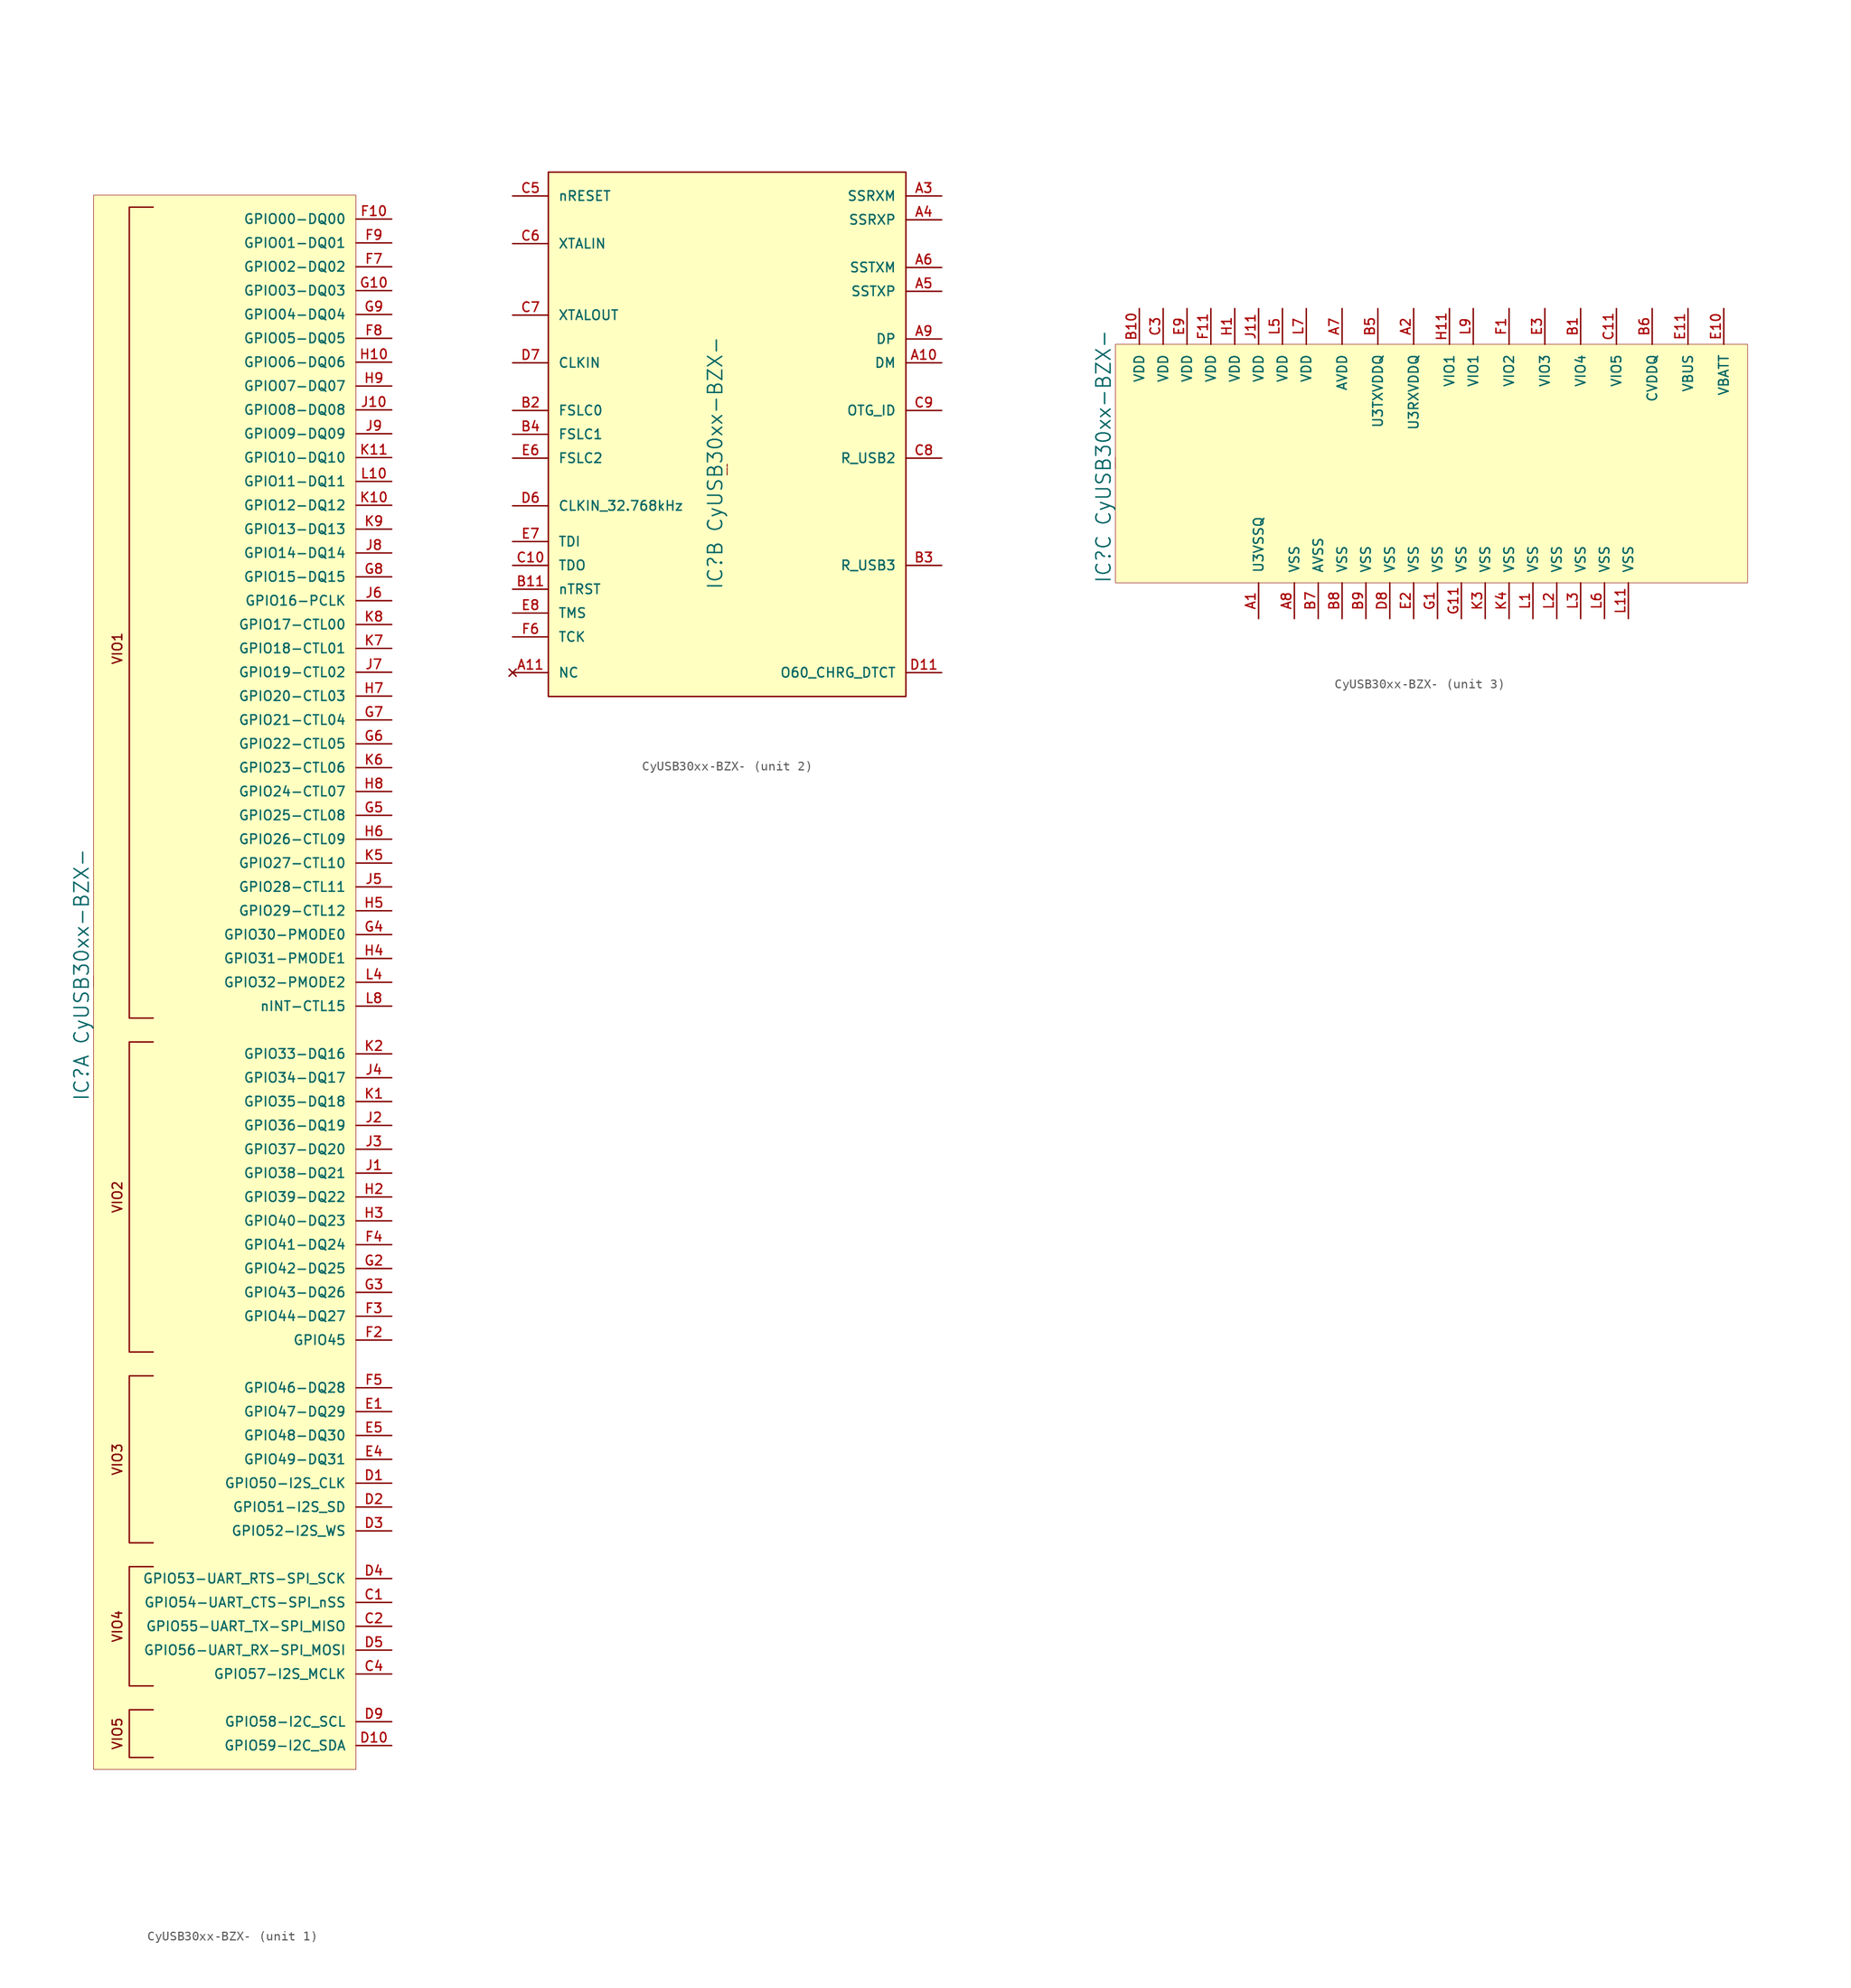
<source format=kicad_sym>
(kicad_symbol_lib
  (version 20220914)
  (generator kicad_symbol_editor)
  (symbol "CyUSB30xx-BZX-"
    (pin_names
      (offset 1.016))
    (property "Reference" "IC"
      (at -1.27 -10.16 90)
      (effects (font (size 1.524 1.524))))
    (property "Value" "CyUSB30xx-BZX-"
      (at -1.27 3.81 90)
      (effects (font (size 1.524 1.524))))
    (property "Footprint" ""
      (at 10.16 39.37 0)
      (effects (font (size 1.524 1.524))))
    (property "Datasheet" ""
      (at 10.16 39.37 0)
      (effects (font (size 1.524 1.524))))
    (symbol "CyUSB30xx-BZX-_0_0"
      (text "Schematic Symbol Drawn By Opendous Inc. www.opendous.org" (at 0 0.051 900) (effects (font (size 0.025 0.025)))))
    (symbol "CyUSB30xx-BZX-_1_0"
      (polyline (pts (xy 6.35 -77.47) (xy 3.81 -77.47) (xy 3.81 -82.55) (xy 6.35 -82.55)) (stroke (width 0.152) (type solid)) (fill (type none)))
      (polyline (pts (xy 6.35 -62.23) (xy 3.81 -62.23) (xy 3.81 -74.93) (xy 6.35 -74.93)) (stroke (width 0) (type solid)) (fill (type none)))
      (polyline (pts (xy 6.35 -59.69) (xy 3.81 -59.69) (xy 3.81 -41.91) (xy 6.35 -41.91)) (stroke (width 0) (type solid)) (fill (type none)))
      (polyline (pts (xy 6.35 -39.37) (xy 3.81 -39.37) (xy 3.81 -6.35) (xy 6.35 -6.35)) (stroke (width 0) (type solid)) (fill (type none)))
      (polyline (pts (xy 6.35 -3.81) (xy 3.81 -3.81) (xy 3.81 82.55) (xy 6.35 82.55)) (stroke (width 0) (type solid)) (fill (type none)))
      (text "VIO1" (at 2.54 35.56 900) (effects (font (size 1.016 1.016))))
      (text "VIO2" (at 2.54 -22.86 900) (effects (font (size 1.016 1.016))))
      (text "VIO3" (at 2.54 -50.8 900) (effects (font (size 1.016 1.016))))
      (text "VIO4" (at 2.54 -68.58 900) (effects (font (size 1.016 1.016))))
      (text "VIO5" (at 2.54 -80.01 900) (effects (font (size 1.016 1.016)))))
    (symbol "CyUSB30xx-BZX-_1_1"
      (rectangle (start 27.94 83.82) (end 0 -83.82) (stroke (width 0.051) (type solid)) (fill (type background)))
      (pin bidirectional line (at 31.75 -66.04 180) (length 3.81) (name "GPIO54-UART_CTS-SPI_nSS" (effects (font (size 1.016 1.016)))) (number "C1" (effects (font (size 1.016 1.016)))))
      (pin bidirectional line (at 31.75 -68.58 180) (length 3.81) (name "GPIO55-UART_TX-SPI_MISO" (effects (font (size 1.016 1.016)))) (number "C2" (effects (font (size 1.016 1.016)))))
      (pin bidirectional line (at 31.75 -73.66 180) (length 3.81) (name "GPIO57-I2S_MCLK" (effects (font (size 1.016 1.016)))) (number "C4" (effects (font (size 1.016 1.016)))))
      (pin bidirectional line (at 31.75 -53.34 180) (length 3.81) (name "GPIO50-I2S_CLK" (effects (font (size 1.016 1.016)))) (number "D1" (effects (font (size 1.016 1.016)))))
      (pin bidirectional line (at 31.75 -81.28 180) (length 3.81) (name "GPIO59-I2C_SDA" (effects (font (size 1.016 1.016)))) (number "D10" (effects (font (size 1.016 1.016)))))
      (pin bidirectional line (at 31.75 -55.88 180) (length 3.81) (name "GPIO51-I2S_SD" (effects (font (size 1.016 1.016)))) (number "D2" (effects (font (size 1.016 1.016)))))
      (pin bidirectional line (at 31.75 -58.42 180) (length 3.81) (name "GPIO52-I2S_WS" (effects (font (size 1.016 1.016)))) (number "D3" (effects (font (size 1.016 1.016)))))
      (pin bidirectional line (at 31.75 -63.5 180) (length 3.81) (name "GPIO53-UART_RTS-SPI_SCK" (effects (font (size 1.016 1.016)))) (number "D4" (effects (font (size 1.016 1.016)))))
      (pin bidirectional line (at 31.75 -71.12 180) (length 3.81) (name "GPIO56-UART_RX-SPI_MOSI" (effects (font (size 1.016 1.016)))) (number "D5" (effects (font (size 1.016 1.016)))))
      (pin bidirectional line (at 31.75 -78.74 180) (length 3.81) (name "GPIO58-I2C_SCL" (effects (font (size 1.016 1.016)))) (number "D9" (effects (font (size 1.016 1.016)))))
      (pin bidirectional line (at 31.75 -45.72 180) (length 3.81) (name "GPIO47-DQ29" (effects (font (size 1.016 1.016)))) (number "E1" (effects (font (size 1.016 1.016)))))
      (pin bidirectional line (at 31.75 -50.8 180) (length 3.81) (name "GPIO49-DQ31" (effects (font (size 1.016 1.016)))) (number "E4" (effects (font (size 1.016 1.016)))))
      (pin bidirectional line (at 31.75 -48.26 180) (length 3.81) (name "GPIO48-DQ30" (effects (font (size 1.016 1.016)))) (number "E5" (effects (font (size 1.016 1.016)))))
      (pin bidirectional line (at 31.75 81.28 180) (length 3.81) (name "GPIO00-DQ00" (effects (font (size 1.016 1.016)))) (number "F10" (effects (font (size 1.016 1.016)))))
      (pin bidirectional line (at 31.75 -38.1 180) (length 3.81) (name "GPIO45" (effects (font (size 1.016 1.016)))) (number "F2" (effects (font (size 1.016 1.016)))))
      (pin bidirectional line (at 31.75 -35.56 180) (length 3.81) (name "GPIO44-DQ27" (effects (font (size 1.016 1.016)))) (number "F3" (effects (font (size 1.016 1.016)))))
      (pin bidirectional line (at 31.75 -27.94 180) (length 3.81) (name "GPIO41-DQ24" (effects (font (size 1.016 1.016)))) (number "F4" (effects (font (size 1.016 1.016)))))
      (pin bidirectional line (at 31.75 -43.18 180) (length 3.81) (name "GPIO46-DQ28" (effects (font (size 1.016 1.016)))) (number "F5" (effects (font (size 1.016 1.016)))))
      (pin bidirectional line (at 31.75 76.2 180) (length 3.81) (name "GPIO02-DQ02" (effects (font (size 1.016 1.016)))) (number "F7" (effects (font (size 1.016 1.016)))))
      (pin bidirectional line (at 31.75 68.58 180) (length 3.81) (name "GPIO05-DQ05" (effects (font (size 1.016 1.016)))) (number "F8" (effects (font (size 1.016 1.016)))))
      (pin bidirectional line (at 31.75 78.74 180) (length 3.81) (name "GPIO01-DQ01" (effects (font (size 1.016 1.016)))) (number "F9" (effects (font (size 1.016 1.016)))))
      (pin bidirectional line (at 31.75 73.66 180) (length 3.81) (name "GPIO03-DQ03" (effects (font (size 1.016 1.016)))) (number "G10" (effects (font (size 1.016 1.016)))))
      (pin bidirectional line (at 31.75 -30.48 180) (length 3.81) (name "GPIO42-DQ25" (effects (font (size 1.016 1.016)))) (number "G2" (effects (font (size 1.016 1.016)))))
      (pin bidirectional line (at 31.75 -33.02 180) (length 3.81) (name "GPIO43-DQ26" (effects (font (size 1.016 1.016)))) (number "G3" (effects (font (size 1.016 1.016)))))
      (pin bidirectional line (at 31.75 5.08 180) (length 3.81) (name "GPIO30-PMODE0" (effects (font (size 1.016 1.016)))) (number "G4" (effects (font (size 1.016 1.016)))))
      (pin bidirectional line (at 31.75 17.78 180) (length 3.81) (name "GPIO25-CTL08" (effects (font (size 1.016 1.016)))) (number "G5" (effects (font (size 1.016 1.016)))))
      (pin bidirectional line (at 31.75 25.4 180) (length 3.81) (name "GPIO22-CTL05" (effects (font (size 1.016 1.016)))) (number "G6" (effects (font (size 1.016 1.016)))))
      (pin bidirectional line (at 31.75 27.94 180) (length 3.81) (name "GPIO21-CTL04" (effects (font (size 1.016 1.016)))) (number "G7" (effects (font (size 1.016 1.016)))))
      (pin bidirectional line (at 31.75 43.18 180) (length 3.81) (name "GPIO15-DQ15" (effects (font (size 1.016 1.016)))) (number "G8" (effects (font (size 1.016 1.016)))))
      (pin bidirectional line (at 31.75 71.12 180) (length 3.81) (name "GPIO04-DQ04" (effects (font (size 1.016 1.016)))) (number "G9" (effects (font (size 1.016 1.016)))))
      (pin bidirectional line (at 31.75 66.04 180) (length 3.81) (name "GPIO06-DQ06" (effects (font (size 1.016 1.016)))) (number "H10" (effects (font (size 1.016 1.016)))))
      (pin bidirectional line (at 31.75 -22.86 180) (length 3.81) (name "GPIO39-DQ22" (effects (font (size 1.016 1.016)))) (number "H2" (effects (font (size 1.016 1.016)))))
      (pin bidirectional line (at 31.75 -25.4 180) (length 3.81) (name "GPIO40-DQ23" (effects (font (size 1.016 1.016)))) (number "H3" (effects (font (size 1.016 1.016)))))
      (pin bidirectional line (at 31.75 2.54 180) (length 3.81) (name "GPIO31-PMODE1" (effects (font (size 1.016 1.016)))) (number "H4" (effects (font (size 1.016 1.016)))))
      (pin bidirectional line (at 31.75 7.62 180) (length 3.81) (name "GPIO29-CTL12" (effects (font (size 1.016 1.016)))) (number "H5" (effects (font (size 1.016 1.016)))))
      (pin bidirectional line (at 31.75 15.24 180) (length 3.81) (name "GPIO26-CTL09" (effects (font (size 1.016 1.016)))) (number "H6" (effects (font (size 1.016 1.016)))))
      (pin bidirectional line (at 31.75 30.48 180) (length 3.81) (name "GPIO20-CTL03" (effects (font (size 1.016 1.016)))) (number "H7" (effects (font (size 1.016 1.016)))))
      (pin bidirectional line (at 31.75 20.32 180) (length 3.81) (name "GPIO24-CTL07" (effects (font (size 1.016 1.016)))) (number "H8" (effects (font (size 1.016 1.016)))))
      (pin bidirectional line (at 31.75 63.5 180) (length 3.81) (name "GPIO07-DQ07" (effects (font (size 1.016 1.016)))) (number "H9" (effects (font (size 1.016 1.016)))))
      (pin bidirectional line (at 31.75 -20.32 180) (length 3.81) (name "GPIO38-DQ21" (effects (font (size 1.016 1.016)))) (number "J1" (effects (font (size 1.016 1.016)))))
      (pin bidirectional line (at 31.75 60.96 180) (length 3.81) (name "GPIO08-DQ08" (effects (font (size 1.016 1.016)))) (number "J10" (effects (font (size 1.016 1.016)))))
      (pin bidirectional line (at 31.75 -15.24 180) (length 3.81) (name "GPIO36-DQ19" (effects (font (size 1.016 1.016)))) (number "J2" (effects (font (size 1.016 1.016)))))
      (pin bidirectional line (at 31.75 -17.78 180) (length 3.81) (name "GPIO37-DQ20" (effects (font (size 1.016 1.016)))) (number "J3" (effects (font (size 1.016 1.016)))))
      (pin bidirectional line (at 31.75 -10.16 180) (length 3.81) (name "GPIO34-DQ17" (effects (font (size 1.016 1.016)))) (number "J4" (effects (font (size 1.016 1.016)))))
      (pin bidirectional line (at 31.75 10.16 180) (length 3.81) (name "GPIO28-CTL11" (effects (font (size 1.016 1.016)))) (number "J5" (effects (font (size 1.016 1.016)))))
      (pin bidirectional line (at 31.75 40.64 180) (length 3.81) (name "GPIO16-PCLK" (effects (font (size 1.016 1.016)))) (number "J6" (effects (font (size 1.016 1.016)))))
      (pin bidirectional line (at 31.75 33.02 180) (length 3.81) (name "GPIO19-CTL02" (effects (font (size 1.016 1.016)))) (number "J7" (effects (font (size 1.016 1.016)))))
      (pin bidirectional line (at 31.75 45.72 180) (length 3.81) (name "GPIO14-DQ14" (effects (font (size 1.016 1.016)))) (number "J8" (effects (font (size 1.016 1.016)))))
      (pin bidirectional line (at 31.75 58.42 180) (length 3.81) (name "GPIO09-DQ09" (effects (font (size 1.016 1.016)))) (number "J9" (effects (font (size 1.016 1.016)))))
      (pin bidirectional line (at 31.75 -12.7 180) (length 3.81) (name "GPIO35-DQ18" (effects (font (size 1.016 1.016)))) (number "K1" (effects (font (size 1.016 1.016)))))
      (pin bidirectional line (at 31.75 50.8 180) (length 3.81) (name "GPIO12-DQ12" (effects (font (size 1.016 1.016)))) (number "K10" (effects (font (size 1.016 1.016)))))
      (pin bidirectional line (at 31.75 55.88 180) (length 3.81) (name "GPIO10-DQ10" (effects (font (size 1.016 1.016)))) (number "K11" (effects (font (size 1.016 1.016)))))
      (pin bidirectional line (at 31.75 -7.62 180) (length 3.81) (name "GPIO33-DQ16" (effects (font (size 1.016 1.016)))) (number "K2" (effects (font (size 1.016 1.016)))))
      (pin bidirectional line (at 31.75 12.7 180) (length 3.81) (name "GPIO27-CTL10" (effects (font (size 1.016 1.016)))) (number "K5" (effects (font (size 1.016 1.016)))))
      (pin bidirectional line (at 31.75 22.86 180) (length 3.81) (name "GPIO23-CTL06" (effects (font (size 1.016 1.016)))) (number "K6" (effects (font (size 1.016 1.016)))))
      (pin bidirectional line (at 31.75 35.56 180) (length 3.81) (name "GPIO18-CTL01" (effects (font (size 1.016 1.016)))) (number "K7" (effects (font (size 1.016 1.016)))))
      (pin bidirectional line (at 31.75 38.1 180) (length 3.81) (name "GPIO17-CTL00" (effects (font (size 1.016 1.016)))) (number "K8" (effects (font (size 1.016 1.016)))))
      (pin bidirectional line (at 31.75 48.26 180) (length 3.81) (name "GPIO13-DQ13" (effects (font (size 1.016 1.016)))) (number "K9" (effects (font (size 1.016 1.016)))))
      (pin bidirectional line (at 31.75 53.34 180) (length 3.81) (name "GPIO11-DQ11" (effects (font (size 1.016 1.016)))) (number "L10" (effects (font (size 1.016 1.016)))))
      (pin bidirectional line (at 31.75 0 180) (length 3.81) (name "GPIO32-PMODE2" (effects (font (size 1.016 1.016)))) (number "L4" (effects (font (size 1.016 1.016)))))
      (pin bidirectional line (at 31.75 -2.54 180) (length 3.81) (name "nINT-CTL15" (effects (font (size 1.016 1.016)))) (number "L8" (effects (font (size 1.016 1.016))))))
    (symbol "CyUSB30xx-BZX-_2_0"
      (rectangle (start 19.05 31.75) (end -19.05 -24.13) (stroke (width 0.152) (type solid)) (fill (type background))))
    (symbol "CyUSB30xx-BZX-_2_1"
      (pin bidirectional line (at 22.86 11.43 180) (length 3.81) (name "DM" (effects (font (size 1.016 1.016)))) (number "A10" (effects (font (size 1.016 1.016)))))
      (pin no_connect line (at -22.86 -21.59 0) (length 3.81) (name "NC" (effects (font (size 1.016 1.016)))) (number "A11" (effects (font (size 1.016 1.016)))))
      (pin input line (at 22.86 29.21 180) (length 3.81) (name "SSRXM" (effects (font (size 1.016 1.016)))) (number "A3" (effects (font (size 1.016 1.016)))))
      (pin input line (at 22.86 26.67 180) (length 3.81) (name "SSRXP" (effects (font (size 1.016 1.016)))) (number "A4" (effects (font (size 1.016 1.016)))))
      (pin output line (at 22.86 19.05 180) (length 3.81) (name "SSTXP" (effects (font (size 1.016 1.016)))) (number "A5" (effects (font (size 1.016 1.016)))))
      (pin output line (at 22.86 21.59 180) (length 3.81) (name "SSTXM" (effects (font (size 1.016 1.016)))) (number "A6" (effects (font (size 1.016 1.016)))))
      (pin bidirectional line (at 22.86 13.97 180) (length 3.81) (name "DP" (effects (font (size 1.016 1.016)))) (number "A9" (effects (font (size 1.016 1.016)))))
      (pin input line (at -22.86 -12.7 0) (length 3.81) (name "nTRST" (effects (font (size 1.016 1.016)))) (number "B11" (effects (font (size 1.016 1.016)))))
      (pin input line (at -22.86 6.35 0) (length 3.81) (name "FSLC0" (effects (font (size 1.016 1.016)))) (number "B2" (effects (font (size 1.016 1.016)))))
      (pin passive line (at 22.86 -10.16 180) (length 3.81) (name "R_USB3" (effects (font (size 1.016 1.016)))) (number "B3" (effects (font (size 1.016 1.016)))))
      (pin input line (at -22.86 3.81 0) (length 3.81) (name "FSLC1" (effects (font (size 1.016 1.016)))) (number "B4" (effects (font (size 1.016 1.016)))))
      (pin output line (at -22.86 -10.16 0) (length 3.81) (name "TDO" (effects (font (size 1.016 1.016)))) (number "C10" (effects (font (size 1.016 1.016)))))
      (pin input line (at -22.86 29.21 0) (length 3.81) (name "nRESET" (effects (font (size 1.016 1.016)))) (number "C5" (effects (font (size 1.016 1.016)))))
      (pin bidirectional line (at -22.86 24.13 0) (length 3.81) (name "XTALIN" (effects (font (size 1.016 1.016)))) (number "C6" (effects (font (size 1.016 1.016)))))
      (pin bidirectional line (at -22.86 16.51 0) (length 3.81) (name "XTALOUT" (effects (font (size 1.016 1.016)))) (number "C7" (effects (font (size 1.016 1.016)))))
      (pin passive line (at 22.86 1.27 180) (length 3.81) (name "R_USB2" (effects (font (size 1.016 1.016)))) (number "C8" (effects (font (size 1.016 1.016)))))
      (pin input line (at 22.86 6.35 180) (length 3.81) (name "OTG_ID" (effects (font (size 1.016 1.016)))) (number "C9" (effects (font (size 1.016 1.016)))))
      (pin output line (at 22.86 -21.59 180) (length 3.81) (name "O60_CHRG_DTCT" (effects (font (size 1.016 1.016)))) (number "D11" (effects (font (size 1.016 1.016)))))
      (pin input line (at -22.86 -3.81 0) (length 3.81) (name "CLKIN_32.768kHz" (effects (font (size 1.016 1.016)))) (number "D6" (effects (font (size 1.016 1.016)))))
      (pin input line (at -22.86 11.43 0) (length 3.81) (name "CLKIN" (effects (font (size 1.016 1.016)))) (number "D7" (effects (font (size 1.016 1.016)))))
      (pin input line (at -22.86 1.27 0) (length 3.81) (name "FSLC2" (effects (font (size 1.016 1.016)))) (number "E6" (effects (font (size 1.016 1.016)))))
      (pin input line (at -22.86 -7.62 0) (length 3.81) (name "TDI" (effects (font (size 1.016 1.016)))) (number "E7" (effects (font (size 1.016 1.016)))))
      (pin input line (at -22.86 -15.24 0) (length 3.81) (name "TMS" (effects (font (size 1.016 1.016)))) (number "E8" (effects (font (size 1.016 1.016)))))
      (pin input line (at -22.86 -17.78 0) (length 3.81) (name "TCK" (effects (font (size 1.016 1.016)))) (number "F6" (effects (font (size 1.016 1.016))))))
    (symbol "CyUSB30xx-BZX-_3_1"
      (rectangle (start 67.31 12.7) (end 0 -12.7) (stroke (width 0.051) (type solid)) (fill (type background)))
      (pin power_in line (at 15.24 -16.51 90) (length 3.81) (name "U3VSSQ" (effects (font (size 1.016 1.016)))) (number "A1" (effects (font (size 1.016 1.016)))))
      (pin power_in line (at 31.75 16.51 270) (length 3.81) (name "U3RXVDDQ" (effects (font (size 1.016 1.016)))) (number "A2" (effects (font (size 1.016 1.016)))))
      (pin power_in line (at 24.13 16.51 270) (length 3.81) (name "AVDD" (effects (font (size 1.016 1.016)))) (number "A7" (effects (font (size 1.016 1.016)))))
      (pin power_in line (at 19.05 -16.51 90) (length 3.81) (name "VSS" (effects (font (size 1.016 1.016)))) (number "A8" (effects (font (size 1.016 1.016)))))
      (pin power_in line (at 49.53 16.51 270) (length 3.81) (name "VIO4" (effects (font (size 1.016 1.016)))) (number "B1" (effects (font (size 1.016 1.016)))))
      (pin power_in line (at 2.54 16.51 270) (length 3.81) (name "VDD" (effects (font (size 1.016 1.016)))) (number "B10" (effects (font (size 1.016 1.016)))))
      (pin power_in line (at 27.94 16.51 270) (length 3.81) (name "U3TXVDDQ" (effects (font (size 1.016 1.016)))) (number "B5" (effects (font (size 1.016 1.016)))))
      (pin power_in line (at 57.15 16.51 270) (length 3.81) (name "CVDDQ" (effects (font (size 1.016 1.016)))) (number "B6" (effects (font (size 1.016 1.016)))))
      (pin power_in line (at 21.59 -16.51 90) (length 3.81) (name "AVSS" (effects (font (size 1.016 1.016)))) (number "B7" (effects (font (size 1.016 1.016)))))
      (pin power_in line (at 24.13 -16.51 90) (length 3.81) (name "VSS" (effects (font (size 1.016 1.016)))) (number "B8" (effects (font (size 1.016 1.016)))))
      (pin power_in line (at 26.67 -16.51 90) (length 3.81) (name "VSS" (effects (font (size 1.016 1.016)))) (number "B9" (effects (font (size 1.016 1.016)))))
      (pin power_in line (at 53.34 16.51 270) (length 3.81) (name "VIO5" (effects (font (size 1.016 1.016)))) (number "C11" (effects (font (size 1.016 1.016)))))
      (pin power_in line (at 5.08 16.51 270) (length 3.81) (name "VDD" (effects (font (size 1.016 1.016)))) (number "C3" (effects (font (size 1.016 1.016)))))
      (pin power_in line (at 29.21 -16.51 90) (length 3.81) (name "VSS" (effects (font (size 1.016 1.016)))) (number "D8" (effects (font (size 1.016 1.016)))))
      (pin power_in line (at 64.77 16.51 270) (length 3.81) (name "VBATT" (effects (font (size 1.016 1.016)))) (number "E10" (effects (font (size 1.016 1.016)))))
      (pin power_in line (at 60.96 16.51 270) (length 3.81) (name "VBUS" (effects (font (size 1.016 1.016)))) (number "E11" (effects (font (size 1.016 1.016)))))
      (pin power_in line (at 31.75 -16.51 90) (length 3.81) (name "VSS" (effects (font (size 1.016 1.016)))) (number "E2" (effects (font (size 1.016 1.016)))))
      (pin power_in line (at 45.72 16.51 270) (length 3.81) (name "VIO3" (effects (font (size 1.016 1.016)))) (number "E3" (effects (font (size 1.016 1.016)))))
      (pin power_in line (at 7.62 16.51 270) (length 3.81) (name "VDD" (effects (font (size 1.016 1.016)))) (number "E9" (effects (font (size 1.016 1.016)))))
      (pin power_in line (at 41.91 16.51 270) (length 3.81) (name "VIO2" (effects (font (size 1.016 1.016)))) (number "F1" (effects (font (size 1.016 1.016)))))
      (pin power_in line (at 10.16 16.51 270) (length 3.81) (name "VDD" (effects (font (size 1.016 1.016)))) (number "F11" (effects (font (size 1.016 1.016)))))
      (pin power_in line (at 34.29 -16.51 90) (length 3.81) (name "VSS" (effects (font (size 1.016 1.016)))) (number "G1" (effects (font (size 1.016 1.016)))))
      (pin power_in line (at 36.83 -16.51 90) (length 3.81) (name "VSS" (effects (font (size 1.016 1.016)))) (number "G11" (effects (font (size 1.016 1.016)))))
      (pin power_in line (at 12.7 16.51 270) (length 3.81) (name "VDD" (effects (font (size 1.016 1.016)))) (number "H1" (effects (font (size 1.016 1.016)))))
      (pin power_in line (at 35.56 16.51 270) (length 3.81) (name "VIO1" (effects (font (size 1.016 1.016)))) (number "H11" (effects (font (size 1.016 1.016)))))
      (pin power_in line (at 15.24 16.51 270) (length 3.81) (name "VDD" (effects (font (size 1.016 1.016)))) (number "J11" (effects (font (size 1.016 1.016)))))
      (pin power_in line (at 39.37 -16.51 90) (length 3.81) (name "VSS" (effects (font (size 1.016 1.016)))) (number "K3" (effects (font (size 1.016 1.016)))))
      (pin power_in line (at 41.91 -16.51 90) (length 3.81) (name "VSS" (effects (font (size 1.016 1.016)))) (number "K4" (effects (font (size 1.016 1.016)))))
      (pin power_in line (at 44.45 -16.51 90) (length 3.81) (name "VSS" (effects (font (size 1.016 1.016)))) (number "L1" (effects (font (size 1.016 1.016)))))
      (pin power_in line (at 54.61 -16.51 90) (length 3.81) (name "VSS" (effects (font (size 1.016 1.016)))) (number "L11" (effects (font (size 1.016 1.016)))))
      (pin power_in line (at 46.99 -16.51 90) (length 3.81) (name "VSS" (effects (font (size 1.016 1.016)))) (number "L2" (effects (font (size 1.016 1.016)))))
      (pin power_in line (at 49.53 -16.51 90) (length 3.81) (name "VSS" (effects (font (size 1.016 1.016)))) (number "L3" (effects (font (size 1.016 1.016)))))
      (pin power_in line (at 17.78 16.51 270) (length 3.81) (name "VDD" (effects (font (size 1.016 1.016)))) (number "L5" (effects (font (size 1.016 1.016)))))
      (pin power_in line (at 52.07 -16.51 90) (length 3.81) (name "VSS" (effects (font (size 1.016 1.016)))) (number "L6" (effects (font (size 1.016 1.016)))))
      (pin power_in line (at 20.32 16.51 270) (length 3.81) (name "VDD" (effects (font (size 1.016 1.016)))) (number "L7" (effects (font (size 1.016 1.016)))))
      (pin power_in line (at 38.1 16.51 270) (length 3.81) (name "VIO1" (effects (font (size 1.016 1.016)))) (number "L9" (effects (font (size 1.016 1.016))))))))
</source>
